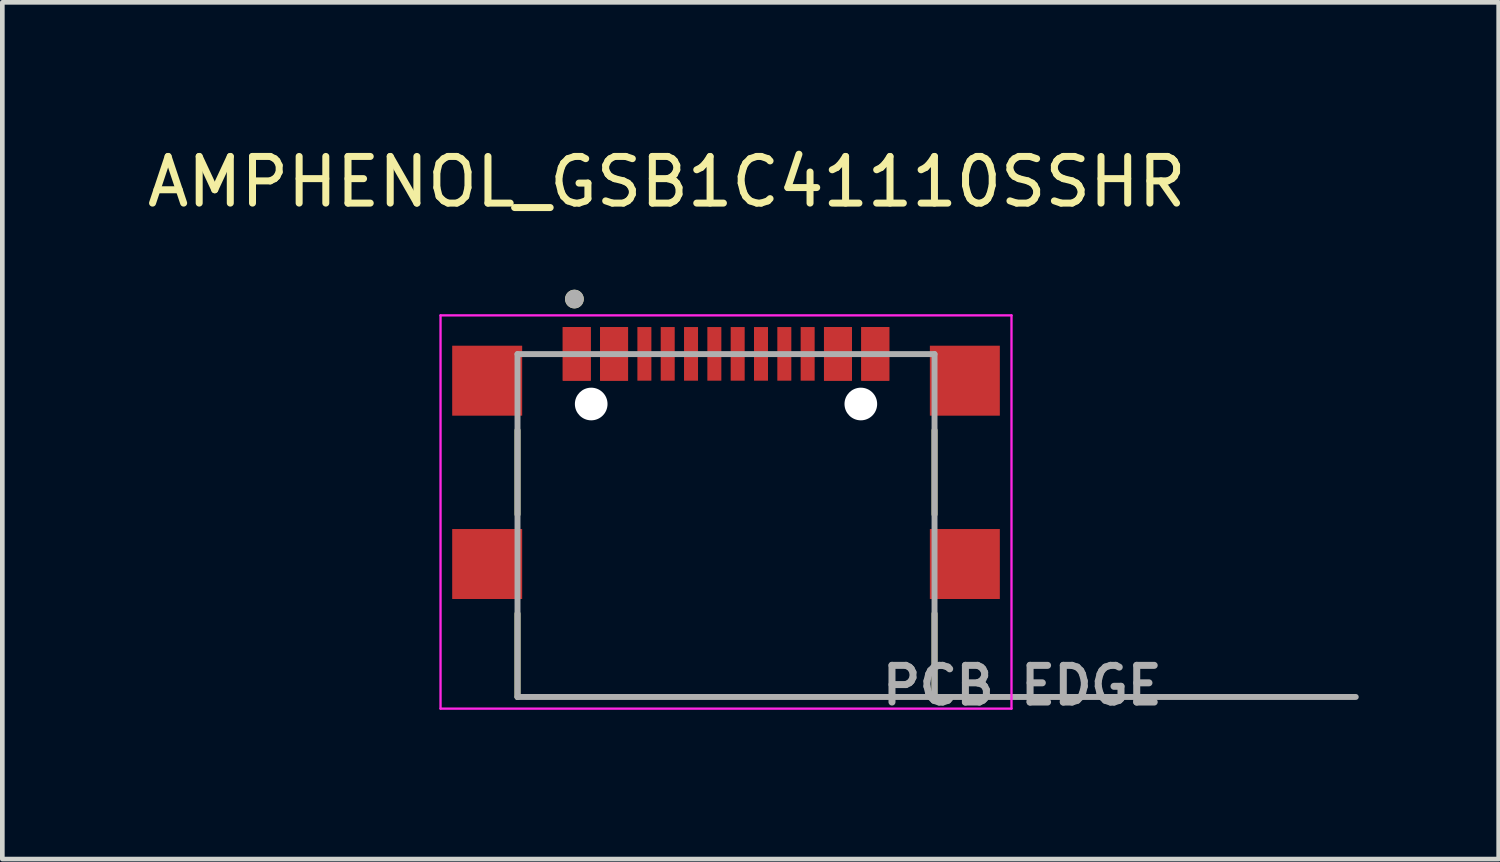
<source format=kicad_pcb>
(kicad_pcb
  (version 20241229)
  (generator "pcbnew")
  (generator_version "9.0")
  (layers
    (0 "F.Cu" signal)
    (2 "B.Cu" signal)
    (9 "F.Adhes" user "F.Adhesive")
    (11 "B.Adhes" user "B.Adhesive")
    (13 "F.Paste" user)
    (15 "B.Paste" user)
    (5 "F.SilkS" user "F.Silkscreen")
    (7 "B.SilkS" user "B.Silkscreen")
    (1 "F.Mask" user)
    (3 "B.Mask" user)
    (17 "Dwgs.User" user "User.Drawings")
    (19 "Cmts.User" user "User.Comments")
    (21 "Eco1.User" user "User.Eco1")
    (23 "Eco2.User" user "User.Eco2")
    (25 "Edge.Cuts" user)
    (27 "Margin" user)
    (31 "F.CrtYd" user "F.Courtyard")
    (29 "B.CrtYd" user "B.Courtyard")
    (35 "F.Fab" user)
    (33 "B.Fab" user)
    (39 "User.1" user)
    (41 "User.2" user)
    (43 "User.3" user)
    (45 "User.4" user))
  (footprint "AMPHENOL_GSB1C41110SSHR"
    (layer "F.Cu")
    (at 12.514 8.216)
    (property "Reference" "AMPHENOL_GSB1C41110SSHR" (at -1.27 -7.367 0) (layer "F.SilkS") (effects (font (size 1 1) (thickness 0.15))))
    (attr smd)
    (fp_poly (pts (xy -3.55 -4.305) (xy -2.85 -4.305) (xy -2.85 -3.055) (xy -3.55 -3.055)) (stroke (width 0.01) (type solid)) (fill yes) (layer "F.Mask"))
    (fp_poly (pts (xy -2.75 -4.305) (xy -2.05 -4.305) (xy -2.05 -3.055) (xy -2.75 -3.055)) (stroke (width 0.01) (type solid)) (fill yes) (layer "F.Mask"))
    (fp_poly (pts (xy -1.95 -4.305) (xy -1.55 -4.305) (xy -1.55 -3.055) (xy -1.95 -3.055)) (stroke (width 0.01) (type solid)) (fill yes) (layer "F.Mask"))
    (fp_poly (pts (xy -1.45 -4.305) (xy -1.05 -4.305) (xy -1.05 -3.055) (xy -1.45 -3.055)) (stroke (width 0.01) (type solid)) (fill yes) (layer "F.Mask"))
    (fp_poly (pts (xy -0.95 -4.305) (xy -0.55 -4.305) (xy -0.55 -3.055) (xy -0.95 -3.055)) (stroke (width 0.01) (type solid)) (fill yes) (layer "F.Mask"))
    (fp_poly (pts (xy -0.45 -4.305) (xy -0.05 -4.305) (xy -0.05 -3.055) (xy -0.45 -3.055)) (stroke (width 0.01) (type solid)) (fill yes) (layer "F.Mask"))
    (fp_poly (pts (xy 0.05 -4.305) (xy 0.45 -4.305) (xy 0.45 -3.055) (xy 0.05 -3.055)) (stroke (width 0.01) (type solid)) (fill yes) (layer "F.Mask"))
    (fp_poly (pts (xy 0.55 -4.305) (xy 0.95 -4.305) (xy 0.95 -3.055) (xy 0.55 -3.055)) (stroke (width 0.01) (type solid)) (fill yes) (layer "F.Mask"))
    (fp_poly (pts (xy 1.05 -4.305) (xy 1.45 -4.305) (xy 1.45 -3.055) (xy 1.05 -3.055)) (stroke (width 0.01) (type solid)) (fill yes) (layer "F.Mask"))
    (fp_poly (pts (xy 1.55 -4.305) (xy 1.95 -4.305) (xy 1.95 -3.055) (xy 1.55 -3.055)) (stroke (width 0.01) (type solid)) (fill yes) (layer "F.Mask"))
    (fp_poly (pts (xy 2.05 -4.305) (xy 2.75 -4.305) (xy 2.75 -3.055) (xy 2.05 -3.055)) (stroke (width 0.01) (type solid)) (fill yes) (layer "F.Mask"))
    (fp_poly (pts (xy 2.85 -4.305) (xy 3.55 -4.305) (xy 3.55 -3.055) (xy 2.85 -3.055)) (stroke (width 0.01) (type solid)) (fill yes) (layer "F.Mask"))
    (fp_line (start -4.47 -2.042) (end -4.47 -0.238) (stroke (width 0.127) (type solid)) (layer "F.SilkS"))
    (fp_line (start -4.47 3.675) (end -4.47 1.889) (stroke (width 0.127) (type solid)) (layer "F.SilkS"))
    (fp_line (start 4.47 -2.042) (end 4.47 -0.238) (stroke (width 0.127) (type solid)) (layer "F.SilkS"))
    (fp_line (start 4.47 3.675) (end 4.47 1.889) (stroke (width 0.127) (type solid)) (layer "F.SilkS"))
    (fp_circle (center -3.25 -4.855) (end -3.15 -4.855) (stroke (width 0.2) (type solid)) (fill no) (layer "F.SilkS"))
    (fp_line (start -6.12 -4.505) (end 6.12 -4.505) (stroke (width 0.05) (type solid)) (layer "F.CrtYd"))
    (fp_line (start -6.12 3.925) (end -6.12 -4.505) (stroke (width 0.05) (type solid)) (layer "F.CrtYd"))
    (fp_line (start 6.12 -4.505) (end 6.12 3.925) (stroke (width 0.05) (type solid)) (layer "F.CrtYd"))
    (fp_line (start 6.12 3.925) (end -6.12 3.925) (stroke (width 0.05) (type solid)) (layer "F.CrtYd"))
    (fp_line (start -4.47 -3.675) (end 4.47 -3.675) (stroke (width 0.127) (type solid)) (layer "F.Fab"))
    (fp_line (start -4.47 3.675) (end -4.47 -3.675) (stroke (width 0.127) (type solid)) (layer "F.Fab"))
    (fp_line (start 4.47 -3.675) (end 4.47 3.675) (stroke (width 0.127) (type solid)) (layer "F.Fab"))
    (fp_line (start 4.47 3.675) (end -4.47 3.675) (stroke (width 0.127) (type solid)) (layer "F.Fab"))
    (fp_line (start 4.47 3.675) (end 13.5 3.675) (stroke (width 0.127) (type solid)) (layer "F.Fab"))
    (fp_circle (center -3.25 -4.855) (end -3.15 -4.855) (stroke (width 0.2) (type solid)) (fill no) (layer "F.Fab"))
    (fp_text user "PCB EDGE" (at 6.35 3.428 0) (layer "F.Fab") (effects (font (size 0.787 0.787) (thickness 0.15))))
    (pad "" np_thru_hole circle (at -2.89 -2.605) (size 0.7 0.7) (drill 0.7) (layers "*.Cu" "*.Mask"))
    (pad "" np_thru_hole circle (at 2.89 -2.605) (size 0.7 0.7) (drill 0.7) (layers "*.Cu" "*.Mask"))
    (pad "A1" smd rect (at -3.2 -3.68) (size 0.6 1.15) (layers "F.Cu" "F.Paste"))
    (pad "A4" smd rect (at -2.4 -3.68) (size 0.6 1.15) (layers "F.Cu" "F.Paste"))
    (pad "A5" smd rect (at -1.25 -3.68) (size 0.3 1.15) (layers "F.Cu" "F.Paste"))
    (pad "A6" smd rect (at -0.25 -3.68) (size 0.3 1.15) (layers "F.Cu" "F.Paste"))
    (pad "A7" smd rect (at 0.25 -3.68) (size 0.3 1.15) (layers "F.Cu" "F.Paste"))
    (pad "A8" smd rect (at 1.25 -3.68) (size 0.3 1.15) (layers "F.Cu" "F.Paste"))
    (pad "A9" smd rect (at 2.4 -3.68) (size 0.6 1.15) (layers "F.Cu" "F.Paste"))
    (pad "A12" smd rect (at 3.2 -3.68) (size 0.6 1.15) (layers "F.Cu" "F.Paste"))
    (pad "B1" smd rect (at 3.2 -3.68) (size 0.6 1.15) (layers "F.Cu" "F.Paste"))
    (pad "B4" smd rect (at 2.4 -3.68) (size 0.6 1.15) (layers "F.Cu" "F.Paste"))
    (pad "B5" smd rect (at 1.75 -3.68) (size 0.3 1.15) (layers "F.Cu" "F.Paste"))
    (pad "B6" smd rect (at 0.75 -3.68) (size 0.3 1.15) (layers "F.Cu" "F.Paste"))
    (pad "B7" smd rect (at -0.75 -3.68) (size 0.3 1.15) (layers "F.Cu" "F.Paste"))
    (pad "B8" smd rect (at -1.75 -3.68) (size 0.3 1.15) (layers "F.Cu" "F.Paste"))
    (pad "B9" smd rect (at -2.4 -3.68) (size 0.6 1.15) (layers "F.Cu" "F.Paste"))
    (pad "B12" smd rect (at -3.2 -3.68) (size 0.6 1.15) (layers "F.Cu" "F.Paste"))
    (pad "S1" smd rect (at -5.12 -3.105) (size 1.5 1.5) (layers "F.Cu" "F.Mask" "F.Paste"))
    (pad "S1" smd rect (at -5.12 0.825) (size 1.5 1.5) (layers "F.Cu" "F.Mask" "F.Paste"))
    (pad "S1" smd rect (at 5.12 -3.105) (size 1.5 1.5) (layers "F.Cu" "F.Mask" "F.Paste"))
    (pad "S1" smd rect (at 5.12 0.825) (size 1.5 1.5) (layers "F.Cu" "F.Mask" "F.Paste")))
  (gr_rect
    (start -3 -3)
    (end 29.078 15.367)
    (stroke (width 0.1) (type default))
    (fill no)
    (layer "Edge.Cuts")))
</source>
